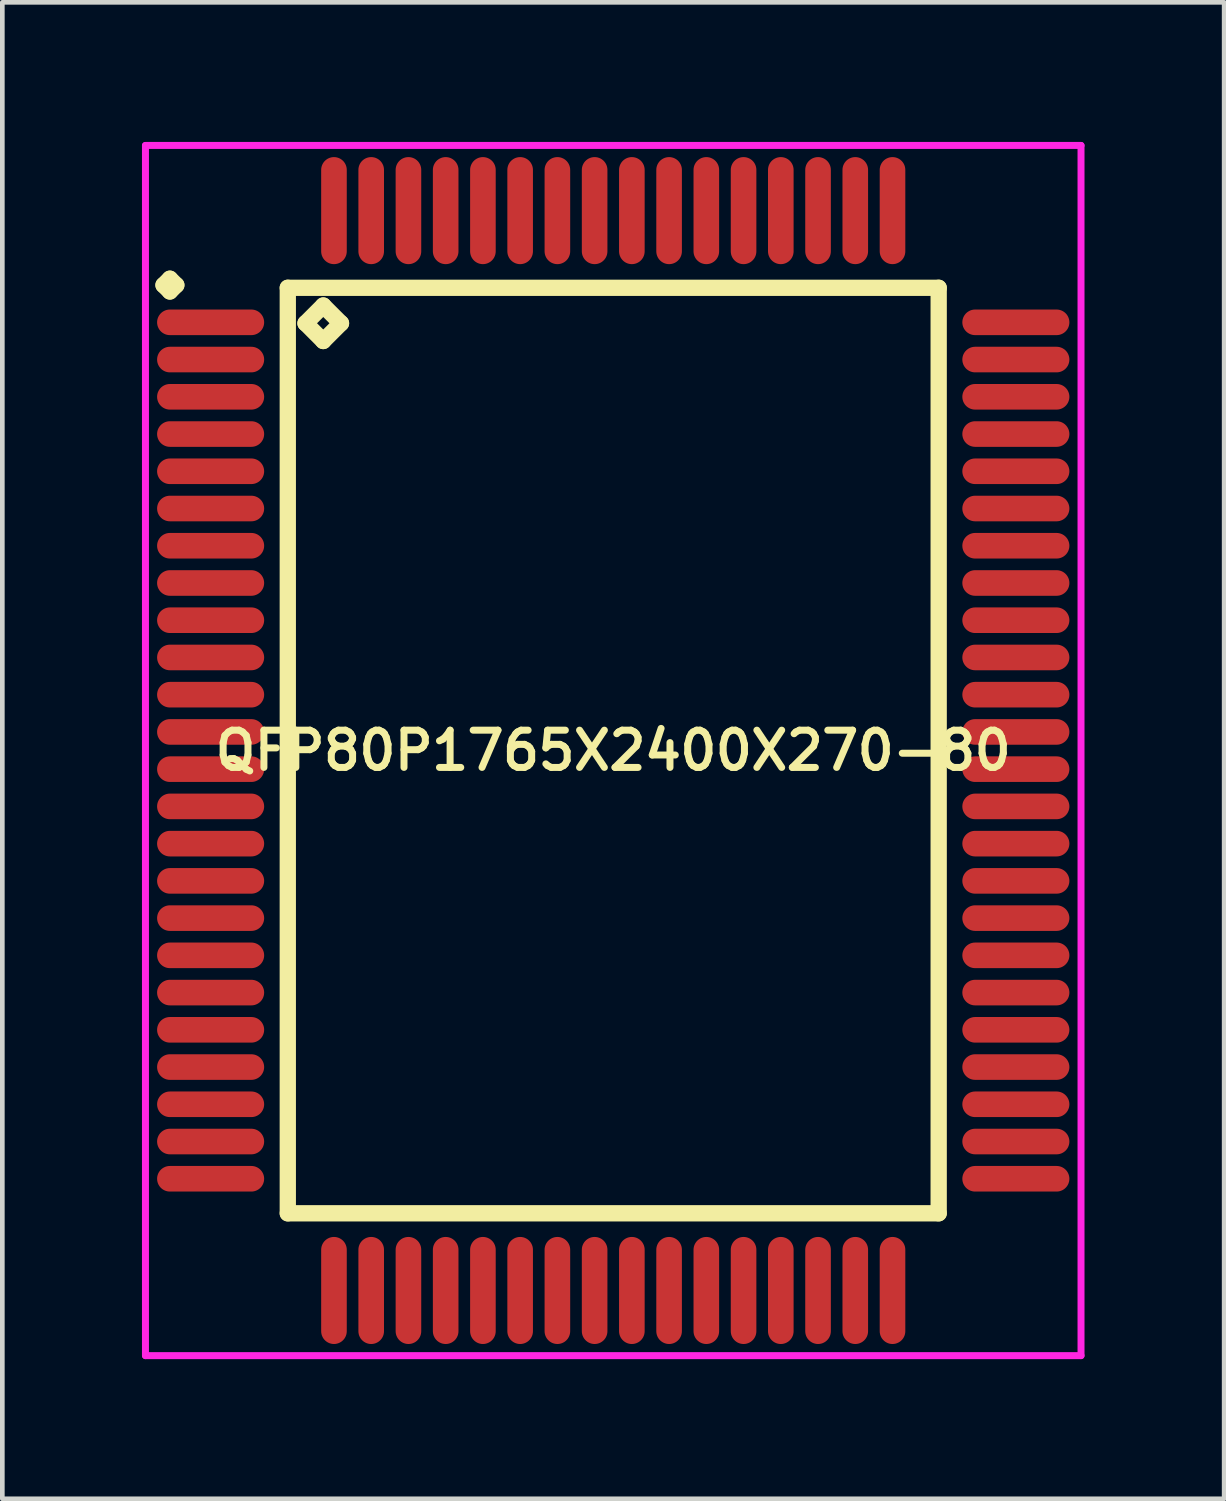
<source format=kicad_pcb>
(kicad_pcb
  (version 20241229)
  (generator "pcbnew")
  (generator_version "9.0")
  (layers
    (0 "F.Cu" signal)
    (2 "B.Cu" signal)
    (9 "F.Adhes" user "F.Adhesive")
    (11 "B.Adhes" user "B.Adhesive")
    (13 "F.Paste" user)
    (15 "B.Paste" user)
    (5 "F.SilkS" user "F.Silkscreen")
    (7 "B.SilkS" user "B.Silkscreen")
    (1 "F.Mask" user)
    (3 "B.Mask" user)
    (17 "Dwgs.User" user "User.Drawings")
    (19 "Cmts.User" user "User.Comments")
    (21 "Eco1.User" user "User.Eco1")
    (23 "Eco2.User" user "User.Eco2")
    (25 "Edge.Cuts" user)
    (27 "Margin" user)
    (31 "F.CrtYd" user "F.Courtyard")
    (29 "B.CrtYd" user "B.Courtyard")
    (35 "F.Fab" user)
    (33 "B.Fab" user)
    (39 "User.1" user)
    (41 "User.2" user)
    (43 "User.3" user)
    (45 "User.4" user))
  (footprint "QFP80P1765X2400X270-80"
    (layer "F.Cu")
    (at 10.125 13.075)
    (property "Reference" "QFP80P1765X2400X270-80" (at 0 0 0) (layer "F.SilkS") (effects (font (size 0.8 0.8) (thickness 0.15))))
    (attr through_hole)
    (fp_line (start -9.662 -10) (end -9.525 -10.137) (stroke (width 0.35) (type solid)) (layer "F.SilkS"))
    (fp_line (start -9.525 -10.137) (end -9.387 -10) (stroke (width 0.35) (type solid)) (layer "F.SilkS"))
    (fp_line (start -9.525 -9.863) (end -9.662 -10) (stroke (width 0.35) (type solid)) (layer "F.SilkS"))
    (fp_line (start -9.387 -10) (end -9.525 -9.863) (stroke (width 0.35) (type solid)) (layer "F.SilkS"))
    (fp_line (start -6.992 -9.942) (end -6.992 9.942) (stroke (width 0.35) (type solid)) (layer "F.SilkS"))
    (fp_line (start -6.992 9.942) (end 6.992 9.942) (stroke (width 0.35) (type solid)) (layer "F.SilkS"))
    (fp_line (start -6.611 -9.18) (end -6.23 -9.561) (stroke (width 0.35) (type solid)) (layer "F.SilkS"))
    (fp_line (start -6.23 -9.561) (end -5.849 -9.18) (stroke (width 0.35) (type solid)) (layer "F.SilkS"))
    (fp_line (start -6.23 -8.799) (end -6.611 -9.18) (stroke (width 0.35) (type solid)) (layer "F.SilkS"))
    (fp_line (start -5.849 -9.18) (end -6.23 -8.799) (stroke (width 0.35) (type solid)) (layer "F.SilkS"))
    (fp_line (start 6.992 -9.942) (end -6.992 -9.942) (stroke (width 0.35) (type solid)) (layer "F.SilkS"))
    (fp_line (start 6.992 9.942) (end 6.992 -9.942) (stroke (width 0.35) (type solid)) (layer "F.SilkS"))
    (fp_line (start -10.05 -13) (end 10.05 -13) (stroke (width 0.15) (type solid)) (layer "F.CrtYd"))
    (fp_line (start -10.05 13) (end -10.05 -13) (stroke (width 0.15) (type solid)) (layer "F.CrtYd"))
    (fp_line (start 10.05 -13) (end 10.05 13) (stroke (width 0.15) (type solid)) (layer "F.CrtYd"))
    (fp_line (start 10.05 13) (end -10.05 13) (stroke (width 0.15) (type solid)) (layer "F.CrtYd"))
    (pad "1" smd oval (at -8.65 -9.2) (size 2.3 0.55) (layers "F.Cu" "F.Mask" "F.Paste"))
    (pad "2" smd oval (at -8.65 -8.4) (size 2.3 0.55) (layers "F.Cu" "F.Mask" "F.Paste"))
    (pad "3" smd oval (at -8.65 -7.6) (size 2.3 0.55) (layers "F.Cu" "F.Mask" "F.Paste"))
    (pad "4" smd oval (at -8.65 -6.8) (size 2.3 0.55) (layers "F.Cu" "F.Mask" "F.Paste"))
    (pad "5" smd oval (at -8.65 -6) (size 2.3 0.55) (layers "F.Cu" "F.Mask" "F.Paste"))
    (pad "6" smd oval (at -8.65 -5.2) (size 2.3 0.55) (layers "F.Cu" "F.Mask" "F.Paste"))
    (pad "7" smd oval (at -8.65 -4.4) (size 2.3 0.55) (layers "F.Cu" "F.Mask" "F.Paste"))
    (pad "8" smd oval (at -8.65 -3.6) (size 2.3 0.55) (layers "F.Cu" "F.Mask" "F.Paste"))
    (pad "9" smd oval (at -8.65 -2.8) (size 2.3 0.55) (layers "F.Cu" "F.Mask" "F.Paste"))
    (pad "10" smd oval (at -8.65 -2) (size 2.3 0.55) (layers "F.Cu" "F.Mask" "F.Paste"))
    (pad "11" smd oval (at -8.65 -1.2) (size 2.3 0.55) (layers "F.Cu" "F.Mask" "F.Paste"))
    (pad "12" smd oval (at -8.65 -0.4) (size 2.3 0.55) (layers "F.Cu" "F.Mask" "F.Paste"))
    (pad "13" smd oval (at -8.65 0.4) (size 2.3 0.55) (layers "F.Cu" "F.Mask" "F.Paste"))
    (pad "14" smd oval (at -8.65 1.2) (size 2.3 0.55) (layers "F.Cu" "F.Mask" "F.Paste"))
    (pad "15" smd oval (at -8.65 2) (size 2.3 0.55) (layers "F.Cu" "F.Mask" "F.Paste"))
    (pad "16" smd oval (at -8.65 2.8) (size 2.3 0.55) (layers "F.Cu" "F.Mask" "F.Paste"))
    (pad "17" smd oval (at -8.65 3.6) (size 2.3 0.55) (layers "F.Cu" "F.Mask" "F.Paste"))
    (pad "18" smd oval (at -8.65 4.4) (size 2.3 0.55) (layers "F.Cu" "F.Mask" "F.Paste"))
    (pad "19" smd oval (at -8.65 5.2) (size 2.3 0.55) (layers "F.Cu" "F.Mask" "F.Paste"))
    (pad "20" smd oval (at -8.65 6) (size 2.3 0.55) (layers "F.Cu" "F.Mask" "F.Paste"))
    (pad "21" smd oval (at -8.65 6.8) (size 2.3 0.55) (layers "F.Cu" "F.Mask" "F.Paste"))
    (pad "22" smd oval (at -8.65 7.6) (size 2.3 0.55) (layers "F.Cu" "F.Mask" "F.Paste"))
    (pad "23" smd oval (at -8.65 8.4) (size 2.3 0.55) (layers "F.Cu" "F.Mask" "F.Paste"))
    (pad "24" smd oval (at -8.65 9.2) (size 2.3 0.55) (layers "F.Cu" "F.Mask" "F.Paste"))
    (pad "25" smd oval (at -6 11.6) (size 0.55 2.3) (layers "F.Cu" "F.Mask" "F.Paste"))
    (pad "26" smd oval (at -5.2 11.6) (size 0.55 2.3) (layers "F.Cu" "F.Mask" "F.Paste"))
    (pad "27" smd oval (at -4.4 11.6) (size 0.55 2.3) (layers "F.Cu" "F.Mask" "F.Paste"))
    (pad "28" smd oval (at -3.6 11.6) (size 0.55 2.3) (layers "F.Cu" "F.Mask" "F.Paste"))
    (pad "29" smd oval (at -2.8 11.6) (size 0.55 2.3) (layers "F.Cu" "F.Mask" "F.Paste"))
    (pad "30" smd oval (at -2 11.6) (size 0.55 2.3) (layers "F.Cu" "F.Mask" "F.Paste"))
    (pad "31" smd oval (at -1.2 11.6) (size 0.55 2.3) (layers "F.Cu" "F.Mask" "F.Paste"))
    (pad "32" smd oval (at -0.4 11.6) (size 0.55 2.3) (layers "F.Cu" "F.Mask" "F.Paste"))
    (pad "33" smd oval (at 0.4 11.6) (size 0.55 2.3) (layers "F.Cu" "F.Mask" "F.Paste"))
    (pad "34" smd oval (at 1.2 11.6) (size 0.55 2.3) (layers "F.Cu" "F.Mask" "F.Paste"))
    (pad "35" smd oval (at 2 11.6) (size 0.55 2.3) (layers "F.Cu" "F.Mask" "F.Paste"))
    (pad "36" smd oval (at 2.8 11.6) (size 0.55 2.3) (layers "F.Cu" "F.Mask" "F.Paste"))
    (pad "37" smd oval (at 3.6 11.6) (size 0.55 2.3) (layers "F.Cu" "F.Mask" "F.Paste"))
    (pad "38" smd oval (at 4.4 11.6) (size 0.55 2.3) (layers "F.Cu" "F.Mask" "F.Paste"))
    (pad "39" smd oval (at 5.2 11.6) (size 0.55 2.3) (layers "F.Cu" "F.Mask" "F.Paste"))
    (pad "40" smd oval (at 6 11.6) (size 0.55 2.3) (layers "F.Cu" "F.Mask" "F.Paste"))
    (pad "41" smd oval (at 8.65 9.2) (size 2.3 0.55) (layers "F.Cu" "F.Mask" "F.Paste"))
    (pad "42" smd oval (at 8.65 8.4) (size 2.3 0.55) (layers "F.Cu" "F.Mask" "F.Paste"))
    (pad "43" smd oval (at 8.65 7.6) (size 2.3 0.55) (layers "F.Cu" "F.Mask" "F.Paste"))
    (pad "44" smd oval (at 8.65 6.8) (size 2.3 0.55) (layers "F.Cu" "F.Mask" "F.Paste"))
    (pad "45" smd oval (at 8.65 6) (size 2.3 0.55) (layers "F.Cu" "F.Mask" "F.Paste"))
    (pad "46" smd oval (at 8.65 5.2) (size 2.3 0.55) (layers "F.Cu" "F.Mask" "F.Paste"))
    (pad "47" smd oval (at 8.65 4.4) (size 2.3 0.55) (layers "F.Cu" "F.Mask" "F.Paste"))
    (pad "48" smd oval (at 8.65 3.6) (size 2.3 0.55) (layers "F.Cu" "F.Mask" "F.Paste"))
    (pad "49" smd oval (at 8.65 2.8) (size 2.3 0.55) (layers "F.Cu" "F.Mask" "F.Paste"))
    (pad "50" smd oval (at 8.65 2) (size 2.3 0.55) (layers "F.Cu" "F.Mask" "F.Paste"))
    (pad "51" smd oval (at 8.65 1.2) (size 2.3 0.55) (layers "F.Cu" "F.Mask" "F.Paste"))
    (pad "52" smd oval (at 8.65 0.4) (size 2.3 0.55) (layers "F.Cu" "F.Mask" "F.Paste"))
    (pad "53" smd oval (at 8.65 -0.4) (size 2.3 0.55) (layers "F.Cu" "F.Mask" "F.Paste"))
    (pad "54" smd oval (at 8.65 -1.2) (size 2.3 0.55) (layers "F.Cu" "F.Mask" "F.Paste"))
    (pad "55" smd oval (at 8.65 -2) (size 2.3 0.55) (layers "F.Cu" "F.Mask" "F.Paste"))
    (pad "56" smd oval (at 8.65 -2.8) (size 2.3 0.55) (layers "F.Cu" "F.Mask" "F.Paste"))
    (pad "57" smd oval (at 8.65 -3.6) (size 2.3 0.55) (layers "F.Cu" "F.Mask" "F.Paste"))
    (pad "58" smd oval (at 8.65 -4.4) (size 2.3 0.55) (layers "F.Cu" "F.Mask" "F.Paste"))
    (pad "59" smd oval (at 8.65 -5.2) (size 2.3 0.55) (layers "F.Cu" "F.Mask" "F.Paste"))
    (pad "60" smd oval (at 8.65 -6) (size 2.3 0.55) (layers "F.Cu" "F.Mask" "F.Paste"))
    (pad "61" smd oval (at 8.65 -6.8) (size 2.3 0.55) (layers "F.Cu" "F.Mask" "F.Paste"))
    (pad "62" smd oval (at 8.65 -7.6) (size 2.3 0.55) (layers "F.Cu" "F.Mask" "F.Paste"))
    (pad "63" smd oval (at 8.65 -8.4) (size 2.3 0.55) (layers "F.Cu" "F.Mask" "F.Paste"))
    (pad "64" smd oval (at 8.65 -9.2) (size 2.3 0.55) (layers "F.Cu" "F.Mask" "F.Paste"))
    (pad "65" smd oval (at 6 -11.6) (size 0.55 2.3) (layers "F.Cu" "F.Mask" "F.Paste"))
    (pad "66" smd oval (at 5.2 -11.6) (size 0.55 2.3) (layers "F.Cu" "F.Mask" "F.Paste"))
    (pad "67" smd oval (at 4.4 -11.6) (size 0.55 2.3) (layers "F.Cu" "F.Mask" "F.Paste"))
    (pad "68" smd oval (at 3.6 -11.6) (size 0.55 2.3) (layers "F.Cu" "F.Mask" "F.Paste"))
    (pad "69" smd oval (at 2.8 -11.6) (size 0.55 2.3) (layers "F.Cu" "F.Mask" "F.Paste"))
    (pad "70" smd oval (at 2 -11.6) (size 0.55 2.3) (layers "F.Cu" "F.Mask" "F.Paste"))
    (pad "71" smd oval (at 1.2 -11.6) (size 0.55 2.3) (layers "F.Cu" "F.Mask" "F.Paste"))
    (pad "72" smd oval (at 0.4 -11.6) (size 0.55 2.3) (layers "F.Cu" "F.Mask" "F.Paste"))
    (pad "73" smd oval (at -0.4 -11.6) (size 0.55 2.3) (layers "F.Cu" "F.Mask" "F.Paste"))
    (pad "74" smd oval (at -1.2 -11.6) (size 0.55 2.3) (layers "F.Cu" "F.Mask" "F.Paste"))
    (pad "75" smd oval (at -2 -11.6) (size 0.55 2.3) (layers "F.Cu" "F.Mask" "F.Paste"))
    (pad "76" smd oval (at -2.8 -11.6) (size 0.55 2.3) (layers "F.Cu" "F.Mask" "F.Paste"))
    (pad "77" smd oval (at -3.6 -11.6) (size 0.55 2.3) (layers "F.Cu" "F.Mask" "F.Paste"))
    (pad "78" smd oval (at -4.4 -11.6) (size 0.55 2.3) (layers "F.Cu" "F.Mask" "F.Paste"))
    (pad "79" smd oval (at -5.2 -11.6) (size 0.55 2.3) (layers "F.Cu" "F.Mask" "F.Paste"))
    (pad "80" smd oval (at -6 -11.6) (size 0.55 2.3) (layers "F.Cu" "F.Mask" "F.Paste")))
  (gr_rect
    (start -3 -3)
    (end 23.25 29.15)
    (stroke (width 0.1) (type default))
    (fill no)
    (layer "Edge.Cuts")))
</source>
